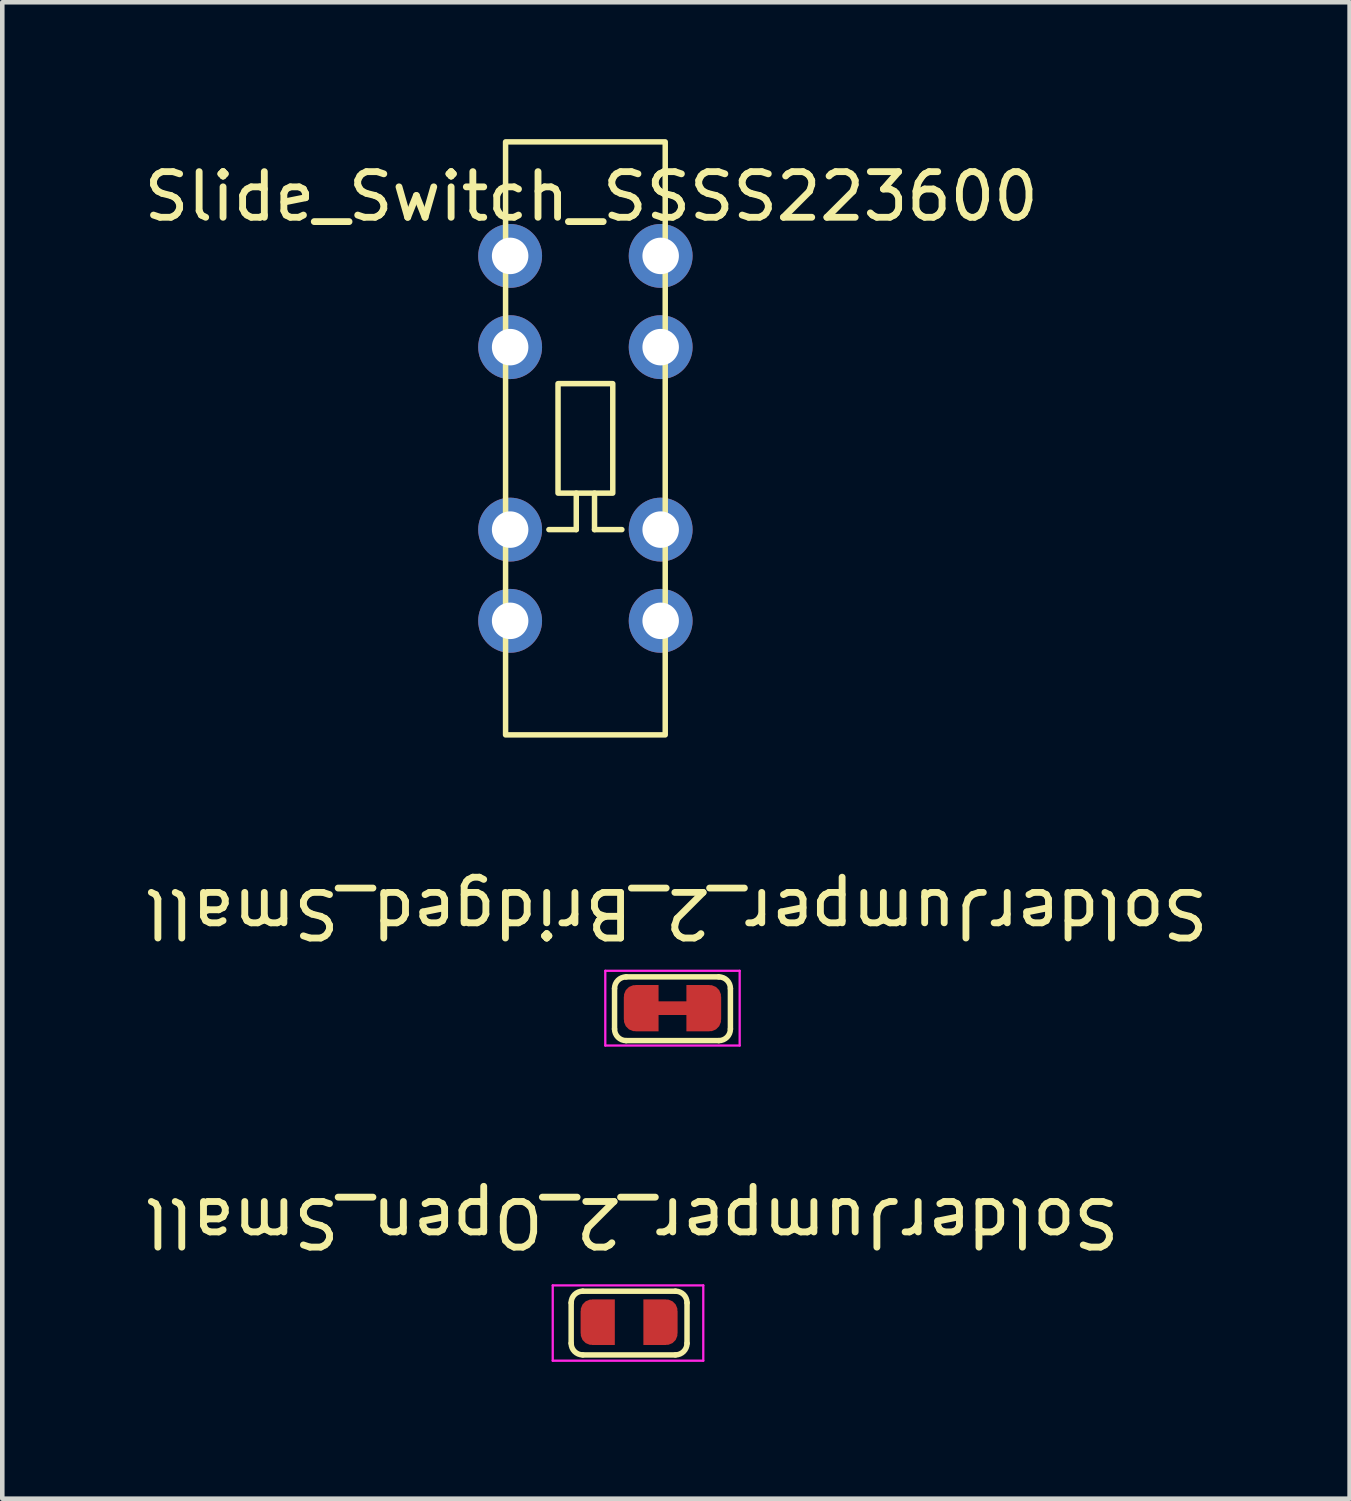
<source format=kicad_pcb>
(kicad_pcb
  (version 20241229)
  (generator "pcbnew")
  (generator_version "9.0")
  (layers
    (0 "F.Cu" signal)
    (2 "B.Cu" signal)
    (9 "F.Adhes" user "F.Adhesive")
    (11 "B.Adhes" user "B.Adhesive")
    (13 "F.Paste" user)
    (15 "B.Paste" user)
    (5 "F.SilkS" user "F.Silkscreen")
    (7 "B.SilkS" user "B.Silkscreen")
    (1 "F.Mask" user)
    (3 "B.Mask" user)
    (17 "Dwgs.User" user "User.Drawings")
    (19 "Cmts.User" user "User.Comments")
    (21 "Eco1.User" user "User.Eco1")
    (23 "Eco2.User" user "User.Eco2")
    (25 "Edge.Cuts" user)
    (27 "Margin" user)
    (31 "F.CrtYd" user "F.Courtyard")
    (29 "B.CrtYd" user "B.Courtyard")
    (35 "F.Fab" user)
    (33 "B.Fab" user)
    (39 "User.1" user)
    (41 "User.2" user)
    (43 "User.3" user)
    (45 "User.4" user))
  (footprint "SolderJumper_2_Bridged_Small"
    (layer "F.Cu")
    (at 11.692 19.051)
    (property "Reference" "SolderJumper_2_Bridged_Small" (at 0.076 -2.083 180) (unlocked yes) (layer "F.SilkS") (effects (font (size 1 1) (thickness 0.15))))
    (attr smd)
    (fp_rect (start -0.33 -0.47) (end 0.33 0.47) (stroke (width 0.013) (type solid)) (fill yes) (layer "F.Mask"))
    (fp_line (start -1.27 0.457) (end -1.27 -0.432) (stroke (width 0.12) (type default)) (layer "F.SilkS"))
    (fp_line (start -1.016 -0.686) (end 1.016 -0.686) (stroke (width 0.12) (type default)) (layer "F.SilkS"))
    (fp_line (start 1.016 0.711) (end -1.016 0.711) (stroke (width 0.12) (type default)) (layer "F.SilkS"))
    (fp_line (start 1.27 -0.432) (end 1.27 0.457) (stroke (width 0.12) (type default)) (layer "F.SilkS"))
    (fp_arc (start -1.27 -0.4318) (mid -1.195605 -0.611405) (end -1.016 -0.6858) (stroke (width 0.12) (type default)) (layer "F.SilkS"))
    (fp_arc (start -1.016 0.7112) (mid -1.195605 0.636805) (end -1.27 0.4572) (stroke (width 0.12) (type default)) (layer "F.SilkS"))
    (fp_arc (start 1.016 -0.6858) (mid 1.195605 -0.611405) (end 1.27 -0.4318) (stroke (width 0.12) (type default)) (layer "F.SilkS"))
    (fp_arc (start 1.27 0.4572) (mid 1.195605 0.636805) (end 1.016 0.7112) (stroke (width 0.12) (type default)) (layer "F.SilkS"))
    (fp_line (start -1.473 -0.819) (end -1.473 0.819) (stroke (width 0.05) (type solid)) (layer "F.CrtYd"))
    (fp_line (start -1.473 -0.819) (end 1.473 -0.819) (stroke (width 0.05) (type solid)) (layer "F.CrtYd"))
    (fp_line (start 1.473 0.819) (end -1.473 0.819) (stroke (width 0.05) (type solid)) (layer "F.CrtYd"))
    (fp_line (start 1.473 0.819) (end 1.473 -0.819) (stroke (width 0.05) (type solid)) (layer "F.CrtYd"))
    (pad "1" smd custom (at -0.813 0) (size 0.508 0.508) (layers "F.Cu" "F.Mask") (options (anchor rect)) (primitives (gr_circle (center 0 0.254) (end 0.254 0.254) (width 0) (fill yes)) (gr_circle (center 0 -0.254) (end 0.254 -0.254) (width 0) (fill yes)) (gr_poly (pts (xy 0.508 0.508) (xy 0 0.508) (xy 0 -0.508) (xy 0.508 -0.508)) (width 0) (fill yes)) (gr_line (start 0 0) (end 1.3 0) (width 0.3))))
    (pad "2" smd custom (at 0.813 0 180) (size 0.508 0.508) (layers "F.Cu" "F.Mask") (options (anchor rect)) (primitives (gr_circle (center 0 0.254) (end 0.254 0.254) (width 0) (fill yes)) (gr_circle (center 0 -0.254) (end 0.254 -0.254) (width 0) (fill yes)) (gr_poly (pts (xy 0.508 0.508) (xy 0 0.508) (xy 0 -0.508) (xy 0.508 -0.508)) (width 0) (fill yes)))))
  (footprint "SolderJumper_2_Open_Small"
    (layer "F.Cu")
    (at 10.741 25.928)
    (property "Reference" "SolderJumper_2_Open_Small" (at 0.051 -2.184 180) (unlocked yes) (layer "F.SilkS") (effects (font (size 1 1) (thickness 0.15))))
    (attr smd)
    (fp_rect (start -0.33 -0.419) (end 0.33 0.419) (stroke (width 0.01) (type solid)) (fill yes) (layer "F.Mask"))
    (fp_line (start -1.27 0.47) (end -1.27 -0.419) (stroke (width 0.12) (type default)) (layer "F.SilkS"))
    (fp_line (start -1.016 -0.673) (end 1.016 -0.673) (stroke (width 0.12) (type default)) (layer "F.SilkS"))
    (fp_line (start 1.016 0.724) (end -1.016 0.724) (stroke (width 0.12) (type default)) (layer "F.SilkS"))
    (fp_line (start 1.27 -0.419) (end 1.27 0.47) (stroke (width 0.12) (type default)) (layer "F.SilkS"))
    (fp_arc (start -1.27 -0.4191) (mid -1.195605 -0.598705) (end -1.016 -0.6731) (stroke (width 0.12) (type default)) (layer "F.SilkS"))
    (fp_arc (start -1.016 0.7239) (mid -1.195605 0.649505) (end -1.27 0.4699) (stroke (width 0.12) (type default)) (layer "F.SilkS"))
    (fp_arc (start 1.016 -0.6731) (mid 1.195605 -0.598705) (end 1.27 -0.4191) (stroke (width 0.12) (type default)) (layer "F.SilkS"))
    (fp_arc (start 1.27 0.4699) (mid 1.195605 0.649505) (end 1.016 0.7239) (stroke (width 0.12) (type default)) (layer "F.SilkS"))
    (fp_line (start -1.674 -0.8) (end -1.674 0.851) (stroke (width 0.05) (type solid)) (layer "F.CrtYd"))
    (fp_line (start -1.674 -0.8) (end 1.626 -0.8) (stroke (width 0.05) (type solid)) (layer "F.CrtYd"))
    (fp_line (start 1.626 0.851) (end -1.674 0.851) (stroke (width 0.05) (type solid)) (layer "F.CrtYd"))
    (fp_line (start 1.626 0.851) (end 1.626 -0.8) (stroke (width 0.05) (type solid)) (layer "F.CrtYd"))
    (pad "1" smd custom (at -0.813 0.007) (size 0.5 0.5) (layers "F.Cu" "F.Mask") (options (anchor rect)) (primitives (gr_circle (center 0 0.25) (end 0.25 0.25) (width 0) (fill yes)) (gr_circle (center 0 -0.25) (end 0.25 -0.25) (width 0) (fill yes)) (gr_poly (pts (xy 0.5 0.5) (xy 0 0.5) (xy 0 -0.5) (xy 0.5 -0.5)) (width 0) (fill yes))))
    (pad "2" smd custom (at 0.813 0.007 180) (size 0.5 0.5) (layers "F.Cu" "F.Mask") (options (anchor rect)) (primitives (gr_circle (center 0 0.25) (end 0.25 0.25) (width 0) (fill yes)) (gr_circle (center 0 -0.25) (end 0.25 -0.25) (width 0) (fill yes)) (gr_poly (pts (xy 0.5 0.5) (xy 0 0.5) (xy 0 -0.5) (xy 0.5 -0.5)) (width 0) (fill yes)))))
  (footprint "Slide_Switch_SSSS223600"
    (layer "F.Cu")
    (at 9.783 2.56)
    (property "Reference" "Slide_Switch_SSSS223600" (at 0.128 -1.302 0) (unlocked yes) (layer "F.SilkS") (effects (font (size 1 1) (thickness 0.15))))
    (attr through_hole)
    (fp_line (start -0.8 6) (end -0.2 6) (stroke (width 0.12) (type default)) (layer "F.SilkS"))
    (fp_line (start -0.2 6) (end -0.2 5.2) (stroke (width 0.12) (type default)) (layer "F.SilkS"))
    (fp_line (start 0.2 5.2) (end 0.2 6) (stroke (width 0.12) (type default)) (layer "F.SilkS"))
    (fp_line (start 0.2 6) (end 0.8 6) (stroke (width 0.12) (type default)) (layer "F.SilkS"))
    (fp_rect (start -1.75 -2.5) (end 1.75 10.5) (stroke (width 0.12) (type default)) (fill no) (layer "F.SilkS"))
    (fp_rect (start -0.6 2.8) (end 0.6 5.2) (stroke (width 0.12) (type default)) (fill no) (layer "F.SilkS"))
    (pad "1" thru_hole circle (at -1.65 0) (size 1.4 1.4) (drill 0.8) (layers "*.Cu" "*.Mask"))
    (pad "2" thru_hole circle (at -1.65 2) (size 1.4 1.4) (drill 0.8) (layers "*.Cu" "*.Mask"))
    (pad "3" thru_hole circle (at -1.65 6) (size 1.4 1.4) (drill 0.8) (layers "*.Cu" "*.Mask"))
    (pad "4" thru_hole circle (at -1.65 8) (size 1.4 1.4) (drill 0.8) (layers "*.Cu" "*.Mask"))
    (pad "5" thru_hole circle (at 1.65 0) (size 1.4 1.4) (drill 0.8) (layers "*.Cu" "*.Mask"))
    (pad "6" thru_hole circle (at 1.65 2) (size 1.4 1.4) (drill 0.8) (layers "*.Cu" "*.Mask"))
    (pad "7" thru_hole circle (at 1.65 6) (size 1.4 1.4) (drill 0.8) (layers "*.Cu" "*.Mask"))
    (pad "8" thru_hole circle (at 1.65 8) (size 1.4 1.4) (drill 0.8) (layers "*.Cu" "*.Mask")))
  (gr_rect
    (start -3 -3)
    (end 26.536 29.804)
    (stroke (width 0.1) (type default))
    (fill no)
    (layer "Edge.Cuts")))
</source>
